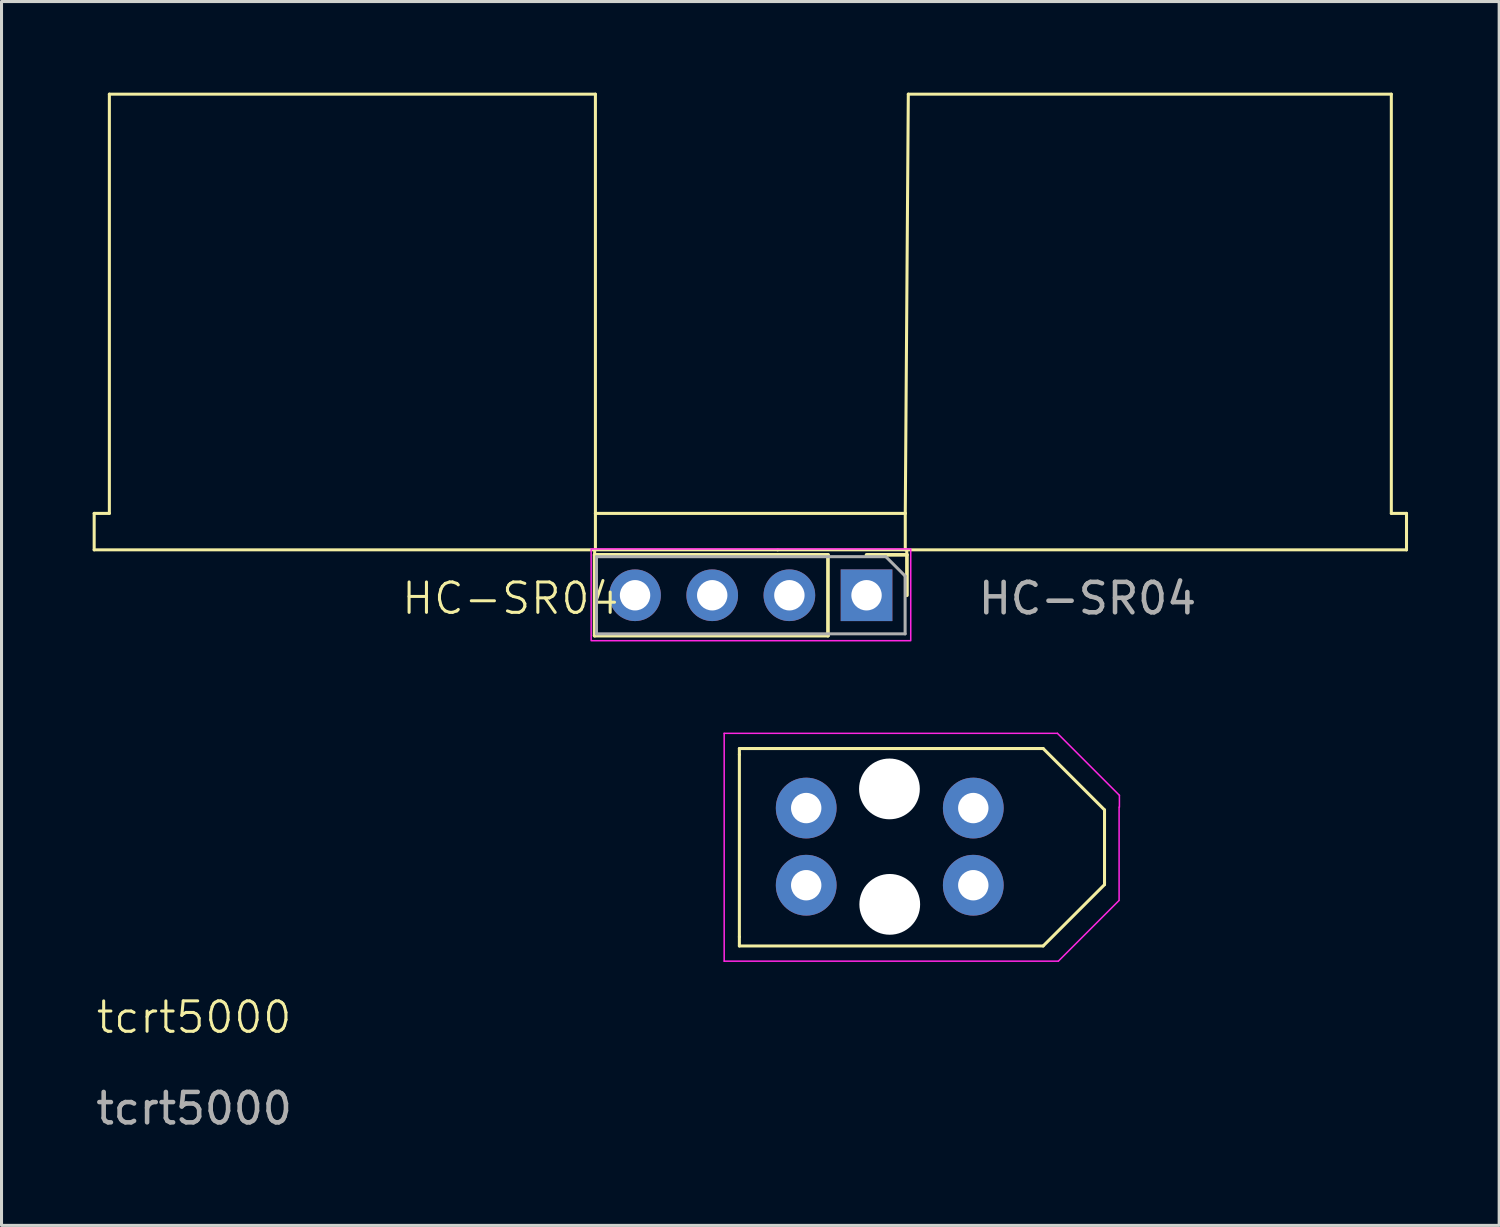
<source format=kicad_pcb>
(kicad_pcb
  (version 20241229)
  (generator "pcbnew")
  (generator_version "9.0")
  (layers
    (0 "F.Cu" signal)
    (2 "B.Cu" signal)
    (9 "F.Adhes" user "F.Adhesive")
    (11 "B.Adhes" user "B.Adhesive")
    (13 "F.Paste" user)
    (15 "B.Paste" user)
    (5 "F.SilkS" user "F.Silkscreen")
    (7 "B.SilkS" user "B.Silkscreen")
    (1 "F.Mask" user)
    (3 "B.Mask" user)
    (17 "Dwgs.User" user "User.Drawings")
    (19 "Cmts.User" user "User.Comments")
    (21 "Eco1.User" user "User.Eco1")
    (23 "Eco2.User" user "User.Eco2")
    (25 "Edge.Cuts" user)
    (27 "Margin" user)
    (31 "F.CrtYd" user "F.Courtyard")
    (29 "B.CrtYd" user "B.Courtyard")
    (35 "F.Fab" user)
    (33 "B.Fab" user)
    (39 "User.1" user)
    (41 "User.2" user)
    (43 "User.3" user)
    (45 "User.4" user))
  (footprint "tcrt5000"
    (layer "F.Cu")
    (at 23.489 26.09)
    (property "Reference" "tcrt5000" (at -20.15 4.35 0) (unlocked yes) (layer "F.SilkS") (effects (font (size 1 1) (thickness 0.1))))
    (attr through_hole)
    (fp_line (start -2.2 -4.5) (end 7.8 -4.5) (stroke (width 0.1) (type default)) (layer "F.SilkS"))
    (fp_line (start -2.2 -4.3) (end -2.2 -4.5) (stroke (width 0.1) (type default)) (layer "F.SilkS"))
    (fp_line (start -2.2 -4.3) (end -2.2 1.7) (stroke (width 0.1) (type default)) (layer "F.SilkS"))
    (fp_line (start -2.2 1.7) (end -2.2 2) (stroke (width 0.1) (type default)) (layer "F.SilkS"))
    (fp_line (start -2.2 2) (end 7.8 2) (stroke (width 0.1) (type default)) (layer "F.SilkS"))
    (fp_line (start 7.8 -4.5) (end 9.82 -2.48) (stroke (width 0.1) (type default)) (layer "F.SilkS"))
    (fp_line (start 7.8 2) (end 9.82 -0.02) (stroke (width 0.1) (type default)) (layer "F.SilkS"))
    (fp_line (start 9.82 -2.48) (end 9.82 -0.07) (stroke (width 0.1) (type default)) (layer "F.SilkS"))
    (fp_line (start 9.82 -0.11) (end 9.82 -0.02) (stroke (width 0.1) (type default)) (layer "F.SilkS"))
    (fp_line (start -2.7 -5) (end -2.7 2.5) (stroke (width 0.05) (type default)) (layer "F.CrtYd"))
    (fp_line (start -2.7 -5) (end 8.27 -5) (stroke (width 0.05) (type default)) (layer "F.CrtYd"))
    (fp_line (start -2.7 2.5) (end 8.3 2.5) (stroke (width 0.05) (type default)) (layer "F.CrtYd"))
    (fp_line (start 8.27 -5) (end 10.31 -2.96) (stroke (width 0.05) (type default)) (layer "F.CrtYd"))
    (fp_line (start 8.3 2.5) (end 10.29 0.51) (stroke (width 0.05) (type default)) (layer "F.CrtYd"))
    (fp_line (start 10.3 0.5) (end 10.3 -2.57) (stroke (width 0.05) (type default)) (layer "F.CrtYd"))
    (fp_line (start 10.31 -2.96) (end 10.31 -2.57) (stroke (width 0.05) (type default)) (layer "F.CrtYd"))
    (fp_text user "${REFERENCE}" (at -20.15 7.35 0) (unlocked yes) (layer "F.Fab") (effects (font (size 1 1) (thickness 0.15))))
    (pad "" np_thru_hole circle (at 2.74 -3.17 90) (size 2 2) (drill 2.5) (layers "*.Cu" "*.Mask"))
    (pad "" np_thru_hole circle (at 2.75 0.63 90) (size 2 2) (drill 2.5) (layers "*.Cu" "*.Mask"))
    (pad "1" thru_hole circle (at 5.5 -2.54 90) (size 2 2) (drill 1) (layers "*.Cu" "*.Mask" "B.Adhes"))
    (pad "2" thru_hole circle (at 5.5 0 90) (size 2 2) (drill 1) (layers "*.Cu" "*.Mask"))
    (pad "3" thru_hole circle (at 0 -2.54 90) (size 2 2) (drill 1) (layers "*.Cu" "*.Mask"))
    (pad "4" thru_hole circle (at 0 0 90) (size 2 2) (drill 1) (layers "*.Cu" "*.Mask")))
  (footprint "HC-SR04"
    (layer "F.Cu")
    (at 22.55 15.05)
    (property "Reference" "HC-SR04" (at -8.8 1.6 0) (unlocked yes) (layer "F.SilkS") (effects (font (size 1 1) (thickness 0.1))))
    (attr through_hole)
    (fp_line (start -22.5 -1.2) (end -22 -1.2) (stroke (width 0.1) (type default)) (layer "F.SilkS"))
    (fp_line (start -22.5 0) (end -22.5 -1.2) (stroke (width 0.1) (type default)) (layer "F.SilkS"))
    (fp_line (start -22 -15) (end -6 -15) (stroke (width 0.1) (type default)) (layer "F.SilkS"))
    (fp_line (start -22 -1.2) (end -22 -15) (stroke (width 0.1) (type default)) (layer "F.SilkS"))
    (fp_line (start -6.025 0.165) (end -6.025 0.05) (stroke (width 0.1) (type default)) (layer "F.SilkS"))
    (fp_line (start -6.025 0.165) (end -6.025 2.825) (stroke (width 0.12) (type solid)) (layer "F.SilkS"))
    (fp_line (start -6 -15) (end -6 -1.2) (stroke (width 0.1) (type default)) (layer "F.SilkS"))
    (fp_line (start -6 -1.2) (end -6 -0.025) (stroke (width 0.1) (type default)) (layer "F.SilkS"))
    (fp_line (start -6 -1.2) (end 4.2 -1.2) (stroke (width 0.1) (type default)) (layer "F.SilkS"))
    (fp_line (start 0 0) (end -22.5 0) (stroke (width 0.1) (type default)) (layer "F.SilkS"))
    (fp_line (start 1.655 0.165) (end -6.025 0.165) (stroke (width 0.12) (type solid)) (layer "F.SilkS"))
    (fp_line (start 1.655 0.165) (end 1.655 2.825) (stroke (width 0.12) (type solid)) (layer "F.SilkS"))
    (fp_line (start 1.655 2.825) (end -6.025 2.825) (stroke (width 0.12) (type solid)) (layer "F.SilkS"))
    (fp_line (start 2.925 0.165) (end 4.255 0.165) (stroke (width 0.12) (type solid)) (layer "F.SilkS"))
    (fp_line (start 4.2 -1.2) (end 4.2 0) (stroke (width 0.1) (type default)) (layer "F.SilkS"))
    (fp_line (start 4.2 -1.2) (end 4.3 -15) (stroke (width 0.1) (type default)) (layer "F.SilkS"))
    (fp_line (start 4.25 0) (end 4.25 0.15) (stroke (width 0.1) (type default)) (layer "F.SilkS"))
    (fp_line (start 4.255 0.165) (end 4.255 1.495) (stroke (width 0.12) (type solid)) (layer "F.SilkS"))
    (fp_line (start 4.3 -15) (end 20.2 -15) (stroke (width 0.1) (type default)) (layer "F.SilkS"))
    (fp_line (start 20.2 -15) (end 20.2 -1.2) (stroke (width 0.1) (type default)) (layer "F.SilkS"))
    (fp_line (start 20.2 -1.2) (end 20.7 -1.2) (stroke (width 0.1) (type default)) (layer "F.SilkS"))
    (fp_line (start 20.7 -1.2) (end 20.7 0) (stroke (width 0.1) (type default)) (layer "F.SilkS"))
    (fp_line (start 20.7 0) (end 0 0) (stroke (width 0.1) (type default)) (layer "F.SilkS"))
    (fp_rect (start -6.14 -0.03) (end 4.38 2.99) (stroke (width 0.05) (type default)) (fill no) (layer "F.CrtYd"))
    (fp_line (start -5.965 0.225) (end 3.56 0.225) (stroke (width 0.1) (type solid)) (layer "F.Fab"))
    (fp_line (start -5.965 2.765) (end -5.965 0.225) (stroke (width 0.1) (type solid)) (layer "F.Fab"))
    (fp_line (start 3.56 0.225) (end 4.195 0.86) (stroke (width 0.1) (type solid)) (layer "F.Fab"))
    (fp_line (start 4.195 0.86) (end 4.195 2.765) (stroke (width 0.1) (type solid)) (layer "F.Fab"))
    (fp_line (start 4.195 2.765) (end -5.965 2.765) (stroke (width 0.1) (type solid)) (layer "F.Fab"))
    (fp_text user "${REFERENCE}" (at 10.2 1.6 0) (unlocked yes) (layer "F.Fab") (effects (font (size 1 1) (thickness 0.15))))
    (pad "1" thru_hole rect (at 2.925 1.495 270) (size 1.7 1.7) (drill 1) (layers "*.Cu" "*.Mask"))
    (pad "2" thru_hole oval (at 0.385 1.495 270) (size 1.7 1.7) (drill 1) (layers "*.Cu" "*.Mask"))
    (pad "3" thru_hole oval (at -2.155 1.495 270) (size 1.7 1.7) (drill 1) (layers "*.Cu" "*.Mask"))
    (pad "4" thru_hole oval (at -4.695 1.495 270) (size 1.7 1.7) (drill 1) (layers "*.Cu" "*.Mask")))
  (gr_rect
    (start -3 -3)
    (end 46.3 37.288)
    (stroke (width 0.1) (type default))
    (fill no)
    (layer "Edge.Cuts")))
</source>
